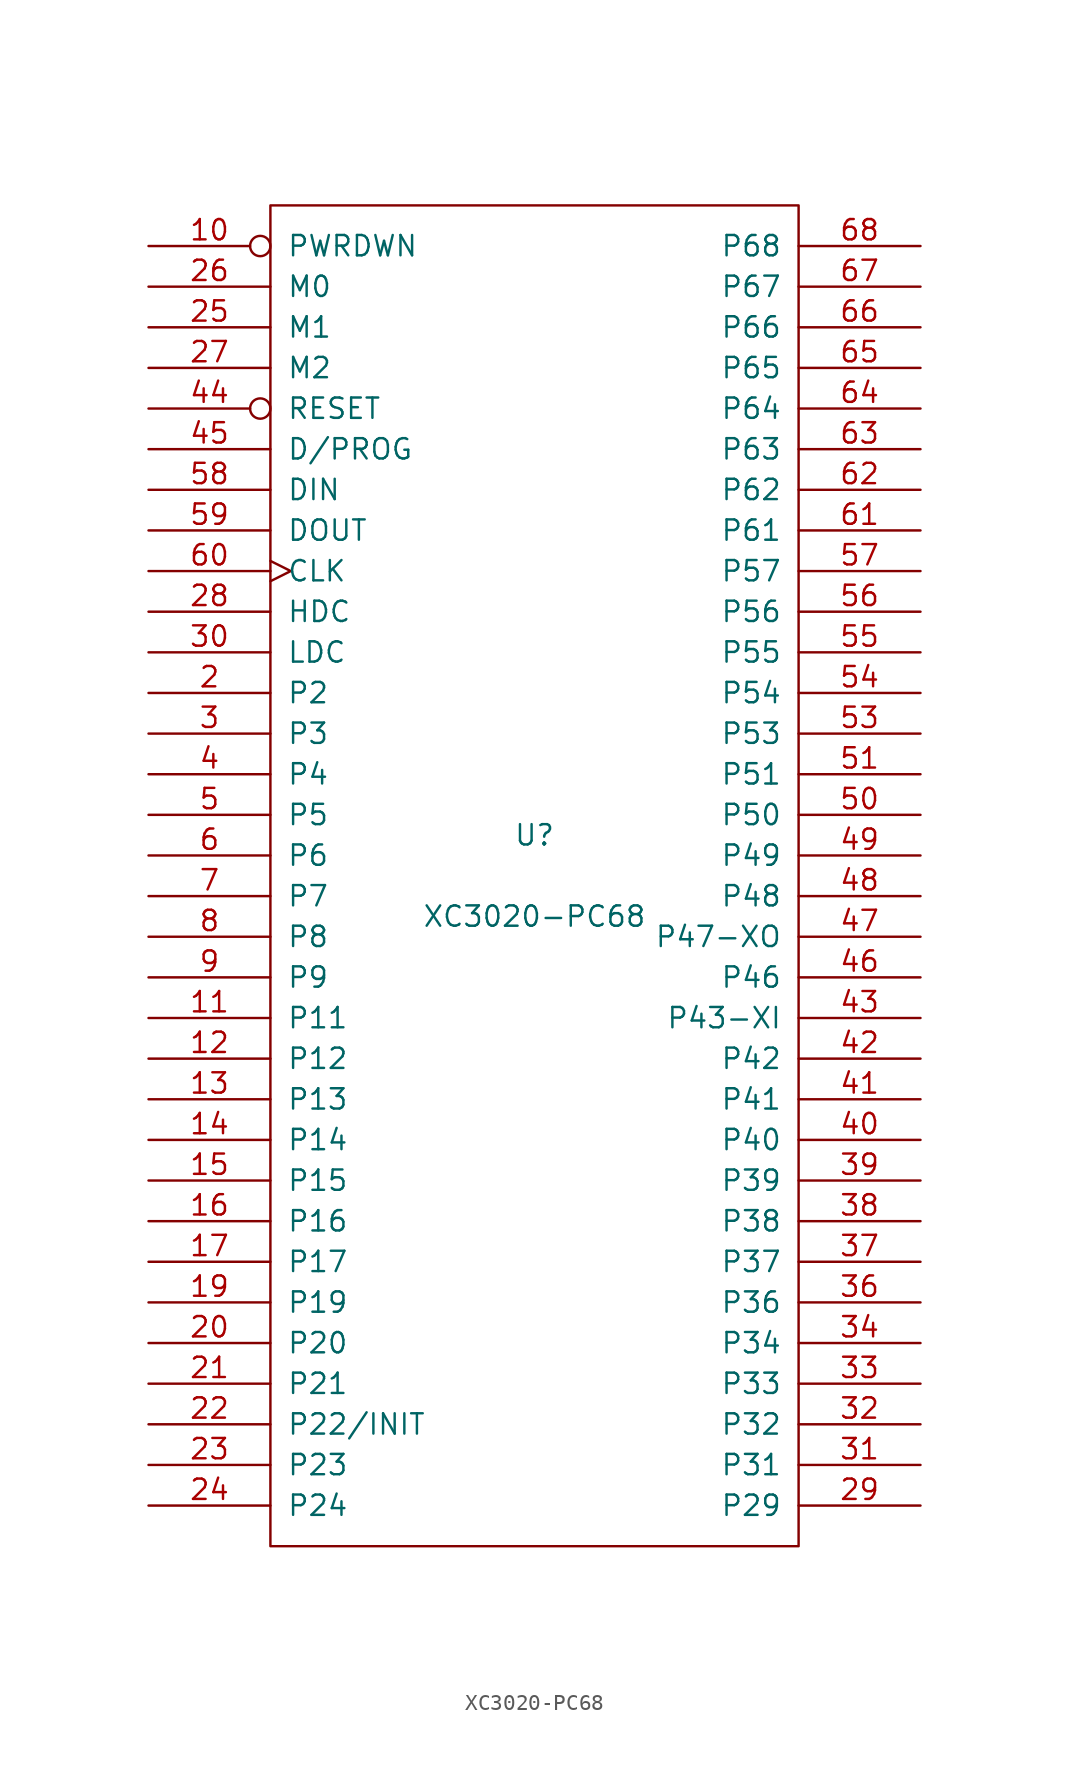
<source format=kicad_sym>
(kicad_symbol_lib
  (version 20201005)
  (generator kicad_symbol_editor)
  (symbol "XC3020-PC68"
    (pin_names
      (offset 1.016))
    (property "Reference" "U"
      (at 0 2.54 0)
      (effects (font (size 1.27 1.27))))
    (property "Value" "XC3020-PC68"
      (at 0 -2.54 0)
      (effects (font (size 1.27 1.27))))
    (symbol "XC3020-PC68_0_1"
      (rectangle (start -16.51 -41.91) (end 16.51 41.91) (stroke (width 0)) (fill (type none))))
    (symbol "XC3020-PC68_1_1"
      (pin power_in line (at 1.27 -41.91 90) (length 0) hide (name "GND" (effects (font (size 1.27 1.27)))) (number "1" (effects (font (size 1.27 1.27)))))
      (pin input inverted (at -24.13 39.37 0) (length 7.62) (name "PWRDWN" (effects (font (size 1.27 1.27)))) (number "10" (effects (font (size 1.27 1.27)))))
      (pin passive line (at -24.13 -8.89 0) (length 7.62) (name "P11" (effects (font (size 1.27 1.27)))) (number "11" (effects (font (size 1.27 1.27)))))
      (pin passive line (at -24.13 -11.43 0) (length 7.62) (name "P12" (effects (font (size 1.27 1.27)))) (number "12" (effects (font (size 1.27 1.27)))))
      (pin passive line (at -24.13 -13.97 0) (length 7.62) (name "P13" (effects (font (size 1.27 1.27)))) (number "13" (effects (font (size 1.27 1.27)))))
      (pin passive line (at -24.13 -16.51 0) (length 7.62) (name "P14" (effects (font (size 1.27 1.27)))) (number "14" (effects (font (size 1.27 1.27)))))
      (pin passive line (at -24.13 -19.05 0) (length 7.62) (name "P15" (effects (font (size 1.27 1.27)))) (number "15" (effects (font (size 1.27 1.27)))))
      (pin passive line (at -24.13 -21.59 0) (length 7.62) (name "P16" (effects (font (size 1.27 1.27)))) (number "16" (effects (font (size 1.27 1.27)))))
      (pin passive line (at -24.13 -24.13 0) (length 7.62) (name "P17" (effects (font (size 1.27 1.27)))) (number "17" (effects (font (size 1.27 1.27)))))
      (pin power_in line (at 3.81 41.91 270) (length 0) hide (name "VCC" (effects (font (size 1.27 1.27)))) (number "18" (effects (font (size 1.27 1.27)))))
      (pin passive line (at -24.13 -26.67 0) (length 7.62) (name "P19" (effects (font (size 1.27 1.27)))) (number "19" (effects (font (size 1.27 1.27)))))
      (pin passive line (at -24.13 11.43 0) (length 7.62) (name "P2" (effects (font (size 1.27 1.27)))) (number "2" (effects (font (size 1.27 1.27)))))
      (pin passive line (at -24.13 -29.21 0) (length 7.62) (name "P20" (effects (font (size 1.27 1.27)))) (number "20" (effects (font (size 1.27 1.27)))))
      (pin passive line (at -24.13 -31.75 0) (length 7.62) (name "P21" (effects (font (size 1.27 1.27)))) (number "21" (effects (font (size 1.27 1.27)))))
      (pin passive line (at -24.13 -34.29 0) (length 7.62) (name "P22/INIT" (effects (font (size 1.27 1.27)))) (number "22" (effects (font (size 1.27 1.27)))))
      (pin passive line (at -24.13 -36.83 0) (length 7.62) (name "P23" (effects (font (size 1.27 1.27)))) (number "23" (effects (font (size 1.27 1.27)))))
      (pin passive line (at -24.13 -39.37 0) (length 7.62) (name "P24" (effects (font (size 1.27 1.27)))) (number "24" (effects (font (size 1.27 1.27)))))
      (pin input line (at -24.13 34.29 0) (length 7.62) (name "M1" (effects (font (size 1.27 1.27)))) (number "25" (effects (font (size 1.27 1.27)))))
      (pin input line (at -24.13 36.83 0) (length 7.62) (name "M0" (effects (font (size 1.27 1.27)))) (number "26" (effects (font (size 1.27 1.27)))))
      (pin bidirectional line (at -24.13 31.75 0) (length 7.62) (name "M2" (effects (font (size 1.27 1.27)))) (number "27" (effects (font (size 1.27 1.27)))))
      (pin output line (at -24.13 16.51 0) (length 7.62) (name "HDC" (effects (font (size 1.27 1.27)))) (number "28" (effects (font (size 1.27 1.27)))))
      (pin passive line (at 24.13 -39.37 180) (length 7.62) (name "P29" (effects (font (size 1.27 1.27)))) (number "29" (effects (font (size 1.27 1.27)))))
      (pin passive line (at -24.13 8.89 0) (length 7.62) (name "P3" (effects (font (size 1.27 1.27)))) (number "3" (effects (font (size 1.27 1.27)))))
      (pin output line (at -24.13 13.97 0) (length 7.62) (name "LDC" (effects (font (size 1.27 1.27)))) (number "30" (effects (font (size 1.27 1.27)))))
      (pin passive line (at 24.13 -36.83 180) (length 7.62) (name "P31" (effects (font (size 1.27 1.27)))) (number "31" (effects (font (size 1.27 1.27)))))
      (pin passive line (at 24.13 -34.29 180) (length 7.62) (name "P32" (effects (font (size 1.27 1.27)))) (number "32" (effects (font (size 1.27 1.27)))))
      (pin passive line (at 24.13 -31.75 180) (length 7.62) (name "P33" (effects (font (size 1.27 1.27)))) (number "33" (effects (font (size 1.27 1.27)))))
      (pin passive line (at 24.13 -29.21 180) (length 7.62) (name "P34" (effects (font (size 1.27 1.27)))) (number "34" (effects (font (size 1.27 1.27)))))
      (pin power_in line (at 3.81 -41.91 90) (length 0) hide (name "GND" (effects (font (size 1.27 1.27)))) (number "35" (effects (font (size 1.27 1.27)))))
      (pin passive line (at 24.13 -26.67 180) (length 7.62) (name "P36" (effects (font (size 1.27 1.27)))) (number "36" (effects (font (size 1.27 1.27)))))
      (pin passive line (at 24.13 -24.13 180) (length 7.62) (name "P37" (effects (font (size 1.27 1.27)))) (number "37" (effects (font (size 1.27 1.27)))))
      (pin passive line (at 24.13 -21.59 180) (length 7.62) (name "P38" (effects (font (size 1.27 1.27)))) (number "38" (effects (font (size 1.27 1.27)))))
      (pin passive line (at 24.13 -19.05 180) (length 7.62) (name "P39" (effects (font (size 1.27 1.27)))) (number "39" (effects (font (size 1.27 1.27)))))
      (pin passive line (at -24.13 6.35 0) (length 7.62) (name "P4" (effects (font (size 1.27 1.27)))) (number "4" (effects (font (size 1.27 1.27)))))
      (pin passive line (at 24.13 -16.51 180) (length 7.62) (name "P40" (effects (font (size 1.27 1.27)))) (number "40" (effects (font (size 1.27 1.27)))))
      (pin passive line (at 24.13 -13.97 180) (length 7.62) (name "P41" (effects (font (size 1.27 1.27)))) (number "41" (effects (font (size 1.27 1.27)))))
      (pin passive line (at 24.13 -11.43 180) (length 7.62) (name "P42" (effects (font (size 1.27 1.27)))) (number "42" (effects (font (size 1.27 1.27)))))
      (pin passive line (at 24.13 -8.89 180) (length 7.62) (name "P43-XI" (effects (font (size 1.27 1.27)))) (number "43" (effects (font (size 1.27 1.27)))))
      (pin input inverted (at -24.13 29.21 0) (length 7.62) (name "RESET" (effects (font (size 1.27 1.27)))) (number "44" (effects (font (size 1.27 1.27)))))
      (pin bidirectional line (at -24.13 26.67 0) (length 7.62) (name "D/PROG" (effects (font (size 1.27 1.27)))) (number "45" (effects (font (size 1.27 1.27)))))
      (pin passive line (at 24.13 -6.35 180) (length 7.62) (name "P46" (effects (font (size 1.27 1.27)))) (number "46" (effects (font (size 1.27 1.27)))))
      (pin passive line (at 24.13 -3.81 180) (length 7.62) (name "P47-XO" (effects (font (size 1.27 1.27)))) (number "47" (effects (font (size 1.27 1.27)))))
      (pin passive line (at 24.13 -1.27 180) (length 7.62) (name "P48" (effects (font (size 1.27 1.27)))) (number "48" (effects (font (size 1.27 1.27)))))
      (pin passive line (at 24.13 1.27 180) (length 7.62) (name "P49" (effects (font (size 1.27 1.27)))) (number "49" (effects (font (size 1.27 1.27)))))
      (pin passive line (at -24.13 3.81 0) (length 7.62) (name "P5" (effects (font (size 1.27 1.27)))) (number "5" (effects (font (size 1.27 1.27)))))
      (pin passive line (at 24.13 3.81 180) (length 7.62) (name "P50" (effects (font (size 1.27 1.27)))) (number "50" (effects (font (size 1.27 1.27)))))
      (pin passive line (at 24.13 6.35 180) (length 7.62) (name "P51" (effects (font (size 1.27 1.27)))) (number "51" (effects (font (size 1.27 1.27)))))
      (pin power_in line (at 1.27 41.91 270) (length 0) hide (name "VCC" (effects (font (size 1.27 1.27)))) (number "52" (effects (font (size 1.27 1.27)))))
      (pin passive line (at 24.13 8.89 180) (length 7.62) (name "P53" (effects (font (size 1.27 1.27)))) (number "53" (effects (font (size 1.27 1.27)))))
      (pin passive line (at 24.13 11.43 180) (length 7.62) (name "P54" (effects (font (size 1.27 1.27)))) (number "54" (effects (font (size 1.27 1.27)))))
      (pin passive line (at 24.13 13.97 180) (length 7.62) (name "P55" (effects (font (size 1.27 1.27)))) (number "55" (effects (font (size 1.27 1.27)))))
      (pin passive line (at 24.13 16.51 180) (length 7.62) (name "P56" (effects (font (size 1.27 1.27)))) (number "56" (effects (font (size 1.27 1.27)))))
      (pin passive line (at 24.13 19.05 180) (length 7.62) (name "P57" (effects (font (size 1.27 1.27)))) (number "57" (effects (font (size 1.27 1.27)))))
      (pin bidirectional line (at -24.13 24.13 0) (length 7.62) (name "DIN" (effects (font (size 1.27 1.27)))) (number "58" (effects (font (size 1.27 1.27)))))
      (pin bidirectional line (at -24.13 21.59 0) (length 7.62) (name "DOUT" (effects (font (size 1.27 1.27)))) (number "59" (effects (font (size 1.27 1.27)))))
      (pin passive line (at -24.13 1.27 0) (length 7.62) (name "P6" (effects (font (size 1.27 1.27)))) (number "6" (effects (font (size 1.27 1.27)))))
      (pin input clock (at -24.13 19.05 0) (length 7.62) (name "CLK" (effects (font (size 1.27 1.27)))) (number "60" (effects (font (size 1.27 1.27)))))
      (pin passive line (at 24.13 21.59 180) (length 7.62) (name "P61" (effects (font (size 1.27 1.27)))) (number "61" (effects (font (size 1.27 1.27)))))
      (pin passive line (at 24.13 24.13 180) (length 7.62) (name "P62" (effects (font (size 1.27 1.27)))) (number "62" (effects (font (size 1.27 1.27)))))
      (pin passive line (at 24.13 26.67 180) (length 7.62) (name "P63" (effects (font (size 1.27 1.27)))) (number "63" (effects (font (size 1.27 1.27)))))
      (pin passive line (at 24.13 29.21 180) (length 7.62) (name "P64" (effects (font (size 1.27 1.27)))) (number "64" (effects (font (size 1.27 1.27)))))
      (pin passive line (at 24.13 31.75 180) (length 7.62) (name "P65" (effects (font (size 1.27 1.27)))) (number "65" (effects (font (size 1.27 1.27)))))
      (pin passive line (at 24.13 34.29 180) (length 7.62) (name "P66" (effects (font (size 1.27 1.27)))) (number "66" (effects (font (size 1.27 1.27)))))
      (pin passive line (at 24.13 36.83 180) (length 7.62) (name "P67" (effects (font (size 1.27 1.27)))) (number "67" (effects (font (size 1.27 1.27)))))
      (pin passive line (at 24.13 39.37 180) (length 7.62) (name "P68" (effects (font (size 1.27 1.27)))) (number "68" (effects (font (size 1.27 1.27)))))
      (pin passive line (at -24.13 -1.27 0) (length 7.62) (name "P7" (effects (font (size 1.27 1.27)))) (number "7" (effects (font (size 1.27 1.27)))))
      (pin passive line (at -24.13 -3.81 0) (length 7.62) (name "P8" (effects (font (size 1.27 1.27)))) (number "8" (effects (font (size 1.27 1.27)))))
      (pin passive line (at -24.13 -6.35 0) (length 7.62) (name "P9" (effects (font (size 1.27 1.27)))) (number "9" (effects (font (size 1.27 1.27))))))))
</source>
